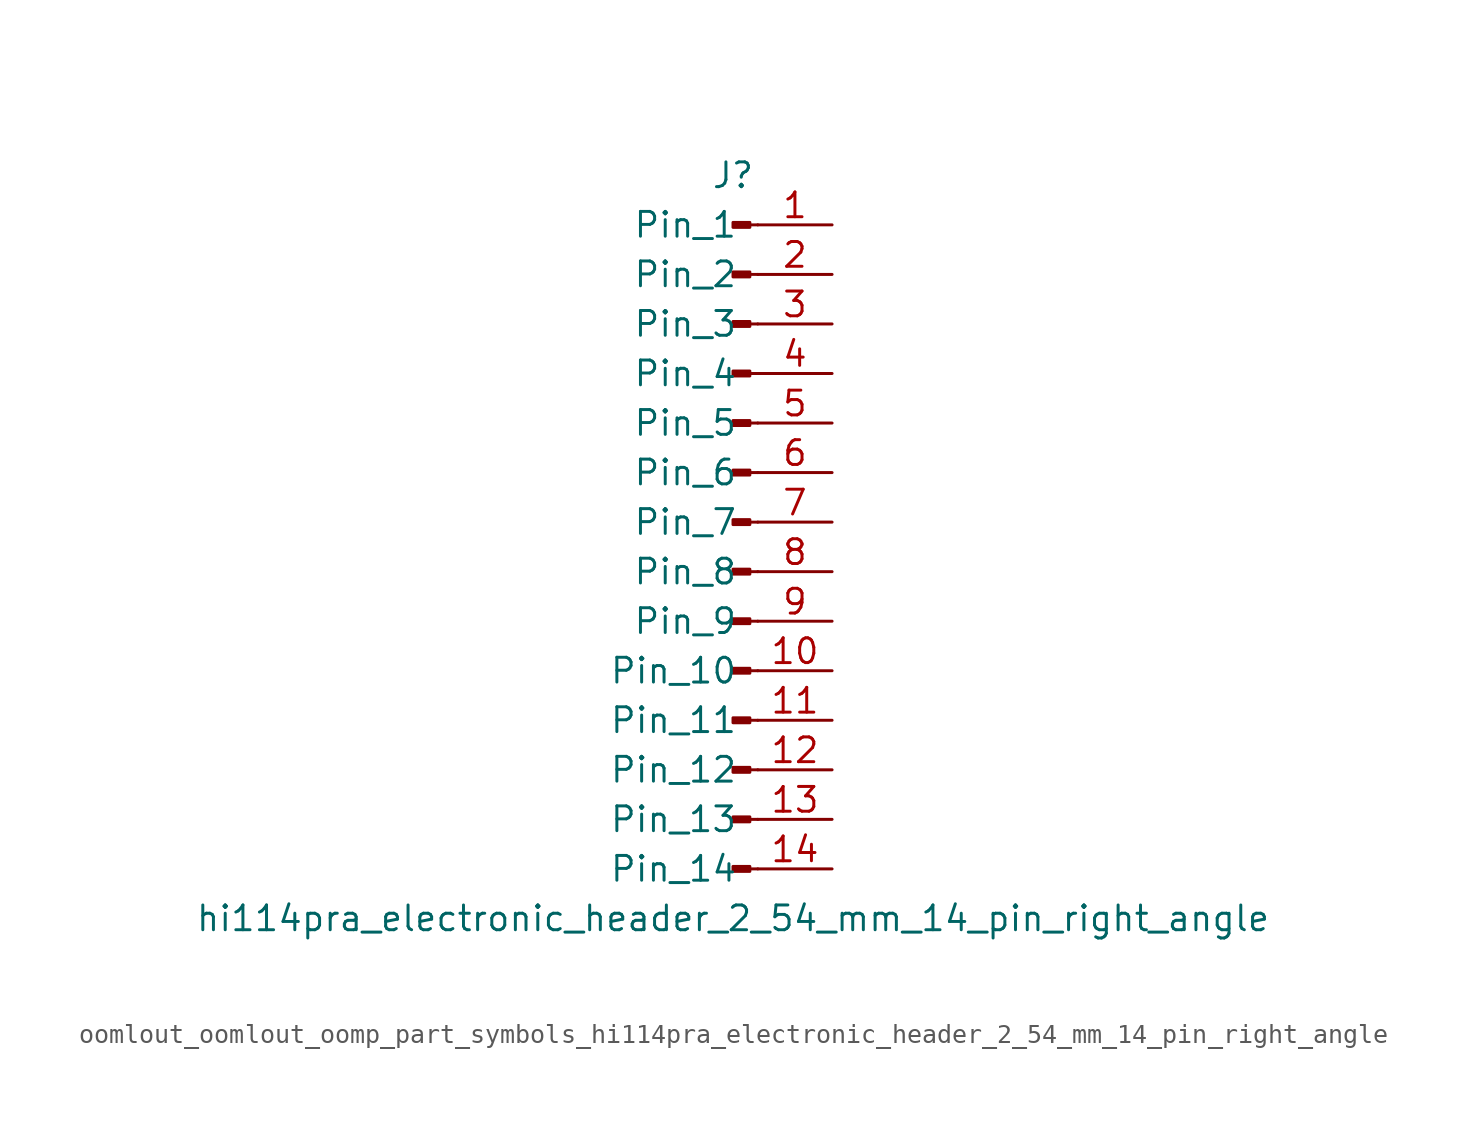
<source format=kicad_sym>
(kicad_symbol_lib
  (version 20220914)
  (generator kicad_symbol_editor)
  (symbol "oomlout_oomlout_oomp_part_symbols_hi114pra_electronic_header_2_54_mm_14_pin_right_angle"
    (pin_names
      (offset 1.016))
    (property "Reference" "J"
      (at 0 17.78 0)
      (effects (font (size 1.27 1.27))))
    (property "Value" "hi114pra_electronic_header_2_54_mm_14_pin_right_angle"
      (at 0 -20.32 0)
      (effects (font (size 1.27 1.27))))
    (property "ki_locked" ""
      (at 0 0 0)
      (effects (font (size 1.27 1.27))))
    (symbol "oomlout_oomlout_oomp_part_symbols_hi114pra_electronic_header_2_54_mm_14_pin_right_angle_1_1"
      (polyline (pts (xy 1.27 -17.78) (xy 0.864 -17.78)) (stroke (width 0.152) (type default)) (fill (type none)))
      (polyline (pts (xy 1.27 -15.24) (xy 0.864 -15.24)) (stroke (width 0.152) (type default)) (fill (type none)))
      (polyline (pts (xy 1.27 -12.7) (xy 0.864 -12.7)) (stroke (width 0.152) (type default)) (fill (type none)))
      (polyline (pts (xy 1.27 -10.16) (xy 0.864 -10.16)) (stroke (width 0.152) (type default)) (fill (type none)))
      (polyline (pts (xy 1.27 -7.62) (xy 0.864 -7.62)) (stroke (width 0.152) (type default)) (fill (type none)))
      (polyline (pts (xy 1.27 -5.08) (xy 0.864 -5.08)) (stroke (width 0.152) (type default)) (fill (type none)))
      (polyline (pts (xy 1.27 -2.54) (xy 0.864 -2.54)) (stroke (width 0.152) (type default)) (fill (type none)))
      (polyline (pts (xy 1.27 0) (xy 0.864 0)) (stroke (width 0.152) (type default)) (fill (type none)))
      (polyline (pts (xy 1.27 2.54) (xy 0.864 2.54)) (stroke (width 0.152) (type default)) (fill (type none)))
      (polyline (pts (xy 1.27 5.08) (xy 0.864 5.08)) (stroke (width 0.152) (type default)) (fill (type none)))
      (polyline (pts (xy 1.27 7.62) (xy 0.864 7.62)) (stroke (width 0.152) (type default)) (fill (type none)))
      (polyline (pts (xy 1.27 10.16) (xy 0.864 10.16)) (stroke (width 0.152) (type default)) (fill (type none)))
      (polyline (pts (xy 1.27 12.7) (xy 0.864 12.7)) (stroke (width 0.152) (type default)) (fill (type none)))
      (polyline (pts (xy 1.27 15.24) (xy 0.864 15.24)) (stroke (width 0.152) (type default)) (fill (type none)))
      (rectangle (start 0.864 -17.653) (end 0 -17.907) (stroke (width 0.152) (type default)) (fill (type outline)))
      (rectangle (start 0.864 -15.113) (end 0 -15.367) (stroke (width 0.152) (type default)) (fill (type outline)))
      (rectangle (start 0.864 -12.573) (end 0 -12.827) (stroke (width 0.152) (type default)) (fill (type outline)))
      (rectangle (start 0.864 -10.033) (end 0 -10.287) (stroke (width 0.152) (type default)) (fill (type outline)))
      (rectangle (start 0.864 -7.493) (end 0 -7.747) (stroke (width 0.152) (type default)) (fill (type outline)))
      (rectangle (start 0.864 -4.953) (end 0 -5.207) (stroke (width 0.152) (type default)) (fill (type outline)))
      (rectangle (start 0.864 -2.413) (end 0 -2.667) (stroke (width 0.152) (type default)) (fill (type outline)))
      (rectangle (start 0.864 0.127) (end 0 -0.127) (stroke (width 0.152) (type default)) (fill (type outline)))
      (rectangle (start 0.864 2.667) (end 0 2.413) (stroke (width 0.152) (type default)) (fill (type outline)))
      (rectangle (start 0.864 5.207) (end 0 4.953) (stroke (width 0.152) (type default)) (fill (type outline)))
      (rectangle (start 0.864 7.747) (end 0 7.493) (stroke (width 0.152) (type default)) (fill (type outline)))
      (rectangle (start 0.864 10.287) (end 0 10.033) (stroke (width 0.152) (type default)) (fill (type outline)))
      (rectangle (start 0.864 12.827) (end 0 12.573) (stroke (width 0.152) (type default)) (fill (type outline)))
      (rectangle (start 0.864 15.367) (end 0 15.113) (stroke (width 0.152) (type default)) (fill (type outline)))
      (pin passive line (at 5.08 15.24 180) (length 3.81) (name "Pin_1" (effects (font (size 1.27 1.27)))) (number "1" (effects (font (size 1.27 1.27)))))
      (pin passive line (at 5.08 -7.62 180) (length 3.81) (name "Pin_10" (effects (font (size 1.27 1.27)))) (number "10" (effects (font (size 1.27 1.27)))))
      (pin passive line (at 5.08 -10.16 180) (length 3.81) (name "Pin_11" (effects (font (size 1.27 1.27)))) (number "11" (effects (font (size 1.27 1.27)))))
      (pin passive line (at 5.08 -12.7 180) (length 3.81) (name "Pin_12" (effects (font (size 1.27 1.27)))) (number "12" (effects (font (size 1.27 1.27)))))
      (pin passive line (at 5.08 -15.24 180) (length 3.81) (name "Pin_13" (effects (font (size 1.27 1.27)))) (number "13" (effects (font (size 1.27 1.27)))))
      (pin passive line (at 5.08 -17.78 180) (length 3.81) (name "Pin_14" (effects (font (size 1.27 1.27)))) (number "14" (effects (font (size 1.27 1.27)))))
      (pin passive line (at 5.08 12.7 180) (length 3.81) (name "Pin_2" (effects (font (size 1.27 1.27)))) (number "2" (effects (font (size 1.27 1.27)))))
      (pin passive line (at 5.08 10.16 180) (length 3.81) (name "Pin_3" (effects (font (size 1.27 1.27)))) (number "3" (effects (font (size 1.27 1.27)))))
      (pin passive line (at 5.08 7.62 180) (length 3.81) (name "Pin_4" (effects (font (size 1.27 1.27)))) (number "4" (effects (font (size 1.27 1.27)))))
      (pin passive line (at 5.08 5.08 180) (length 3.81) (name "Pin_5" (effects (font (size 1.27 1.27)))) (number "5" (effects (font (size 1.27 1.27)))))
      (pin passive line (at 5.08 2.54 180) (length 3.81) (name "Pin_6" (effects (font (size 1.27 1.27)))) (number "6" (effects (font (size 1.27 1.27)))))
      (pin passive line (at 5.08 0 180) (length 3.81) (name "Pin_7" (effects (font (size 1.27 1.27)))) (number "7" (effects (font (size 1.27 1.27)))))
      (pin passive line (at 5.08 -2.54 180) (length 3.81) (name "Pin_8" (effects (font (size 1.27 1.27)))) (number "8" (effects (font (size 1.27 1.27)))))
      (pin passive line (at 5.08 -5.08 180) (length 3.81) (name "Pin_9" (effects (font (size 1.27 1.27)))) (number "9" (effects (font (size 1.27 1.27))))))))
</source>
